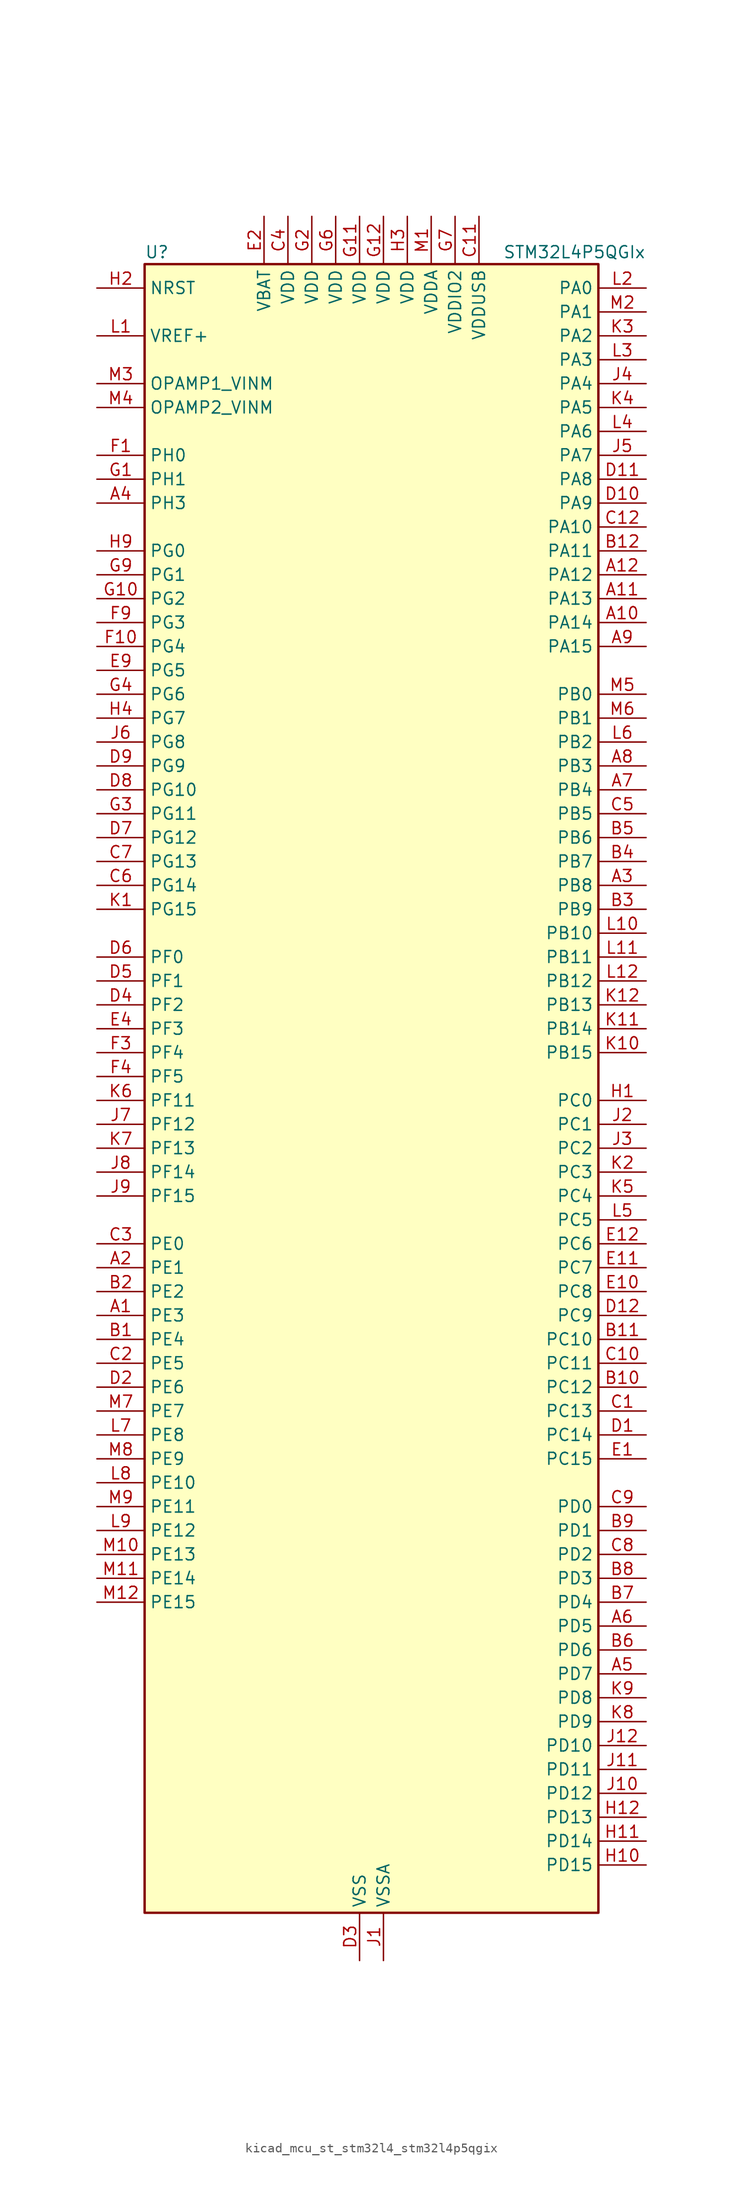
<source format=kicad_sym>
(kicad_symbol_lib
  (version 20220914)
  (generator kicad_symbol_editor)
  (symbol "kicad_mcu_st_stm32l4_stm32l4p5qgix"
    (property "Reference" "U"
      (at -22.86 90.17 0)
      (effects (font (size 1.27 1.27)) (justify left)))
    (property "Value" "STM32L4P5QGIx"
      (at 15.24 90.17 0)
      (effects (font (size 1.27 1.27)) (justify left)))
    (property "ki_locked" ""
      (at 0 0 0)
      (effects (font (size 1.27 1.27))))
    (symbol "kicad_mcu_st_stm32l4_stm32l4p5qgix_0_1"
      (rectangle (start -22.86 -86.36) (end 25.4 88.9) (stroke (width 0.254) (type default)) (fill (type background))))
    (symbol "kicad_mcu_st_stm32l4_stm32l4p5qgix_1_1"
      (pin bidirectional line (at -27.94 -22.86 0) (length 5.08) (name "PE3" (effects (font (size 1.27 1.27)))) (number "A1" (effects (font (size 1.27 1.27)))) (alternate "FMC_A19" bidirectional line) (alternate "LTDC_R6" bidirectional line) (alternate "OCTOSPIM_P1_DQS" bidirectional line) (alternate "SAI1_SD_B" bidirectional line) (alternate "SYS_TRACED0" bidirectional line) (alternate "TIM3_CH1" bidirectional line) (alternate "TSC_G7_IO2" bidirectional line))
      (pin bidirectional line (at 30.48 50.8 180) (length 5.08) (name "PA14" (effects (font (size 1.27 1.27)))) (number "A10" (effects (font (size 1.27 1.27)))) (alternate "I2C1_SMBA" bidirectional line) (alternate "I2C4_SMBA" bidirectional line) (alternate "LPTIM1_OUT" bidirectional line) (alternate "SAI1_FS_B" bidirectional line) (alternate "SYS_JTCK-SWCLK" bidirectional line) (alternate "USB_OTG_FS_SOF" bidirectional line))
      (pin bidirectional line (at 30.48 53.34 180) (length 5.08) (name "PA13" (effects (font (size 1.27 1.27)))) (number "A11" (effects (font (size 1.27 1.27)))) (alternate "IR_OUT" bidirectional line) (alternate "SAI1_SD_B" bidirectional line) (alternate "SYS_JTMS-SWDIO" bidirectional line) (alternate "USB_OTG_FS_NOE" bidirectional line))
      (pin bidirectional line (at 30.48 55.88 180) (length 5.08) (name "PA12" (effects (font (size 1.27 1.27)))) (number "A12" (effects (font (size 1.27 1.27)))) (alternate "CAN1_TX" bidirectional line) (alternate "LTDC_VSYNC" bidirectional line) (alternate "OCTOSPIM_P2_NCS" bidirectional line) (alternate "SPI1_MOSI" bidirectional line) (alternate "TIM1_ETR" bidirectional line) (alternate "USART1_DE" bidirectional line) (alternate "USART1_RTS" bidirectional line) (alternate "USB_OTG_FS_DP" bidirectional line))
      (pin bidirectional line (at -27.94 -17.78 0) (length 5.08) (name "PE1" (effects (font (size 1.27 1.27)))) (number "A2" (effects (font (size 1.27 1.27)))) (alternate "DCMI_D3" bidirectional line) (alternate "FMC_NBL1" bidirectional line) (alternate "LTDC_VSYNC" bidirectional line) (alternate "PSSI_D3" bidirectional line) (alternate "TIM17_CH1" bidirectional line))
      (pin bidirectional line (at 30.48 22.86 180) (length 5.08) (name "PB8" (effects (font (size 1.27 1.27)))) (number "A3" (effects (font (size 1.27 1.27)))) (alternate "CAN1_RX" bidirectional line) (alternate "DCMI_D6" bidirectional line) (alternate "DFSDM1_CKOUT" bidirectional line) (alternate "I2C1_SCL" bidirectional line) (alternate "LTDC_DE" bidirectional line) (alternate "PSSI_D6" bidirectional line) (alternate "SAI1_CK1" bidirectional line) (alternate "SAI1_MCLK_A" bidirectional line) (alternate "SDMMC1_CKIN" bidirectional line) (alternate "SDMMC1_D4" bidirectional line) (alternate "SDMMC2_D4" bidirectional line) (alternate "TIM16_CH1" bidirectional line) (alternate "TIM4_CH3" bidirectional line))
      (pin bidirectional line (at -27.94 63.5 0) (length 5.08) (name "PH3" (effects (font (size 1.27 1.27)))) (number "A4" (effects (font (size 1.27 1.27)))))
      (pin bidirectional line (at 30.48 -60.96 180) (length 5.08) (name "PD7" (effects (font (size 1.27 1.27)))) (number "A5" (effects (font (size 1.27 1.27)))) (alternate "DFSDM1_CKIN1" bidirectional line) (alternate "FMC_NCE" bidirectional line) (alternate "FMC_NE1" bidirectional line) (alternate "OCTOSPIM_P1_IO7" bidirectional line) (alternate "SDMMC2_CMD" bidirectional line) (alternate "USART2_CK" bidirectional line))
      (pin bidirectional line (at 30.48 -55.88 180) (length 5.08) (name "PD5" (effects (font (size 1.27 1.27)))) (number "A6" (effects (font (size 1.27 1.27)))) (alternate "FMC_NWE" bidirectional line) (alternate "OCTOSPIM_P1_IO5" bidirectional line) (alternate "USART2_TX" bidirectional line))
      (pin bidirectional line (at 30.48 33.02 180) (length 5.08) (name "PB4" (effects (font (size 1.27 1.27)))) (number "A7" (effects (font (size 1.27 1.27)))) (alternate "COMP2_INP" bidirectional line) (alternate "DCMI_D12" bidirectional line) (alternate "I2C3_SDA" bidirectional line) (alternate "OCTOSPIM_P1_IO5" bidirectional line) (alternate "PSSI_D12" bidirectional line) (alternate "SAI1_MCLK_B" bidirectional line) (alternate "SDMMC2_D3" bidirectional line) (alternate "SPI1_MISO" bidirectional line) (alternate "SPI3_MISO" bidirectional line) (alternate "SYS_JTRST" bidirectional line) (alternate "TIM17_BKIN" bidirectional line) (alternate "TIM3_CH1" bidirectional line) (alternate "TSC_G2_IO1" bidirectional line) (alternate "UART5_DE" bidirectional line) (alternate "UART5_RTS" bidirectional line) (alternate "USART1_CTS" bidirectional line) (alternate "USART1_NSS" bidirectional line))
      (pin bidirectional line (at 30.48 35.56 180) (length 5.08) (name "PB3" (effects (font (size 1.27 1.27)))) (number "A8" (effects (font (size 1.27 1.27)))) (alternate "COMP2_INM" bidirectional line) (alternate "CRS_SYNC" bidirectional line) (alternate "OCTOSPIM_P1_IO4" bidirectional line) (alternate "SAI1_SCK_B" bidirectional line) (alternate "SDMMC2_D2" bidirectional line) (alternate "SPI1_SCK" bidirectional line) (alternate "SPI3_SCK" bidirectional line) (alternate "SYS_JTDO-SWO" bidirectional line) (alternate "TIM2_CH2" bidirectional line) (alternate "USART1_DE" bidirectional line) (alternate "USART1_RTS" bidirectional line))
      (pin bidirectional line (at 30.48 48.26 180) (length 5.08) (name "PA15" (effects (font (size 1.27 1.27)))) (number "A9" (effects (font (size 1.27 1.27)))) (alternate "ADC1_EXTI15" bidirectional line) (alternate "ADC2_EXTI15" bidirectional line) (alternate "LTDC_HSYNC" bidirectional line) (alternate "SAI2_FS_B" bidirectional line) (alternate "SPI1_NSS" bidirectional line) (alternate "SPI3_NSS" bidirectional line) (alternate "SYS_JTDI" bidirectional line) (alternate "TIM2_CH1" bidirectional line) (alternate "TIM2_ETR" bidirectional line) (alternate "TSC_G3_IO1" bidirectional line) (alternate "UART4_DE" bidirectional line) (alternate "UART4_RTS" bidirectional line) (alternate "USART2_RX" bidirectional line) (alternate "USART3_DE" bidirectional line) (alternate "USART3_RTS" bidirectional line))
      (pin bidirectional line (at -27.94 -25.4 0) (length 5.08) (name "PE4" (effects (font (size 1.27 1.27)))) (number "B1" (effects (font (size 1.27 1.27)))) (alternate "DCMI_D4" bidirectional line) (alternate "DFSDM1_DATIN3" bidirectional line) (alternate "FMC_A20" bidirectional line) (alternate "LTDC_B7" bidirectional line) (alternate "PSSI_D4" bidirectional line) (alternate "SAI1_D2" bidirectional line) (alternate "SAI1_FS_A" bidirectional line) (alternate "SYS_TRACED1" bidirectional line) (alternate "TIM3_CH2" bidirectional line) (alternate "TSC_G7_IO3" bidirectional line))
      (pin bidirectional line (at 30.48 -30.48 180) (length 5.08) (name "PC12" (effects (font (size 1.27 1.27)))) (number "B10" (effects (font (size 1.27 1.27)))) (alternate "DCMI_D9" bidirectional line) (alternate "LTDC_R6" bidirectional line) (alternate "PSSI_D9" bidirectional line) (alternate "SAI2_SD_B" bidirectional line) (alternate "SDMMC1_CK" bidirectional line) (alternate "SPI3_MOSI" bidirectional line) (alternate "SYS_TRACED3" bidirectional line) (alternate "TSC_G3_IO4" bidirectional line) (alternate "UART5_TX" bidirectional line) (alternate "USART3_CK" bidirectional line))
      (pin bidirectional line (at 30.48 -25.4 180) (length 5.08) (name "PC10" (effects (font (size 1.27 1.27)))) (number "B11" (effects (font (size 1.27 1.27)))) (alternate "DCMI_D8" bidirectional line) (alternate "DCMI_VSYNC" bidirectional line) (alternate "PSSI_D8" bidirectional line) (alternate "PSSI_RDY" bidirectional line) (alternate "SAI2_SCK_B" bidirectional line) (alternate "SDMMC1_D2" bidirectional line) (alternate "SPI3_SCK" bidirectional line) (alternate "SYS_TRACED1" bidirectional line) (alternate "TSC_G3_IO2" bidirectional line) (alternate "UART4_TX" bidirectional line) (alternate "USART3_TX" bidirectional line))
      (pin bidirectional line (at 30.48 58.42 180) (length 5.08) (name "PA11" (effects (font (size 1.27 1.27)))) (number "B12" (effects (font (size 1.27 1.27)))) (alternate "ADC1_EXTI11" bidirectional line) (alternate "ADC2_EXTI11" bidirectional line) (alternate "CAN1_RX" bidirectional line) (alternate "LTDC_DE" bidirectional line) (alternate "SPI1_MISO" bidirectional line) (alternate "TIM1_BKIN2" bidirectional line) (alternate "TIM1_CH4" bidirectional line) (alternate "USART1_CTS" bidirectional line) (alternate "USART1_NSS" bidirectional line) (alternate "USB_OTG_FS_DM" bidirectional line))
      (pin bidirectional line (at -27.94 -20.32 0) (length 5.08) (name "PE2" (effects (font (size 1.27 1.27)))) (number "B2" (effects (font (size 1.27 1.27)))) (alternate "FMC_A23" bidirectional line) (alternate "LTDC_R7" bidirectional line) (alternate "SAI1_CK1" bidirectional line) (alternate "SAI1_MCLK_A" bidirectional line) (alternate "SYS_TRACECLK" bidirectional line) (alternate "TIM3_ETR" bidirectional line) (alternate "TSC_G7_IO1" bidirectional line))
      (pin bidirectional line (at 30.48 20.32 180) (length 5.08) (name "PB9" (effects (font (size 1.27 1.27)))) (number "B3" (effects (font (size 1.27 1.27)))) (alternate "CAN1_TX" bidirectional line) (alternate "DAC1_EXTI9" bidirectional line) (alternate "DCMI_D7" bidirectional line) (alternate "I2C1_SDA" bidirectional line) (alternate "IR_OUT" bidirectional line) (alternate "PSSI_D7" bidirectional line) (alternate "SAI1_D2" bidirectional line) (alternate "SAI1_FS_A" bidirectional line) (alternate "SDMMC1_CDIR" bidirectional line) (alternate "SDMMC1_D5" bidirectional line) (alternate "SDMMC2_D5" bidirectional line) (alternate "SPI2_NSS" bidirectional line) (alternate "TIM17_CH1" bidirectional line) (alternate "TIM4_CH4" bidirectional line))
      (pin bidirectional line (at 30.48 25.4 180) (length 5.08) (name "PB7" (effects (font (size 1.27 1.27)))) (number "B4" (effects (font (size 1.27 1.27)))) (alternate "COMP2_INM" bidirectional line) (alternate "DCMI_VSYNC" bidirectional line) (alternate "FMC_NL" bidirectional line) (alternate "I2C1_SDA" bidirectional line) (alternate "I2C4_SDA" bidirectional line) (alternate "LPTIM1_IN2" bidirectional line) (alternate "LTDC_VSYNC" bidirectional line) (alternate "PSSI_RDY" bidirectional line) (alternate "SYS_PVD_IN" bidirectional line) (alternate "TIM17_CH1N" bidirectional line) (alternate "TIM4_CH2" bidirectional line) (alternate "TIM8_BKIN" bidirectional line) (alternate "TSC_G2_IO4" bidirectional line) (alternate "UART4_CTS" bidirectional line) (alternate "USART1_RX" bidirectional line))
      (pin bidirectional line (at 30.48 27.94 180) (length 5.08) (name "PB6" (effects (font (size 1.27 1.27)))) (number "B5" (effects (font (size 1.27 1.27)))) (alternate "COMP2_INP" bidirectional line) (alternate "DCMI_D5" bidirectional line) (alternate "I2C1_SCL" bidirectional line) (alternate "I2C4_SCL" bidirectional line) (alternate "LPTIM1_ETR" bidirectional line) (alternate "LTDC_R6" bidirectional line) (alternate "PSSI_D5" bidirectional line) (alternate "SAI1_FS_B" bidirectional line) (alternate "TIM16_CH1N" bidirectional line) (alternate "TIM4_CH1" bidirectional line) (alternate "TIM8_BKIN2" bidirectional line) (alternate "TSC_G2_IO3" bidirectional line) (alternate "USART1_TX" bidirectional line))
      (pin bidirectional line (at 30.48 -58.42 180) (length 5.08) (name "PD6" (effects (font (size 1.27 1.27)))) (number "B6" (effects (font (size 1.27 1.27)))) (alternate "DCMI_D10" bidirectional line) (alternate "DFSDM1_DATIN1" bidirectional line) (alternate "FMC_NWAIT" bidirectional line) (alternate "LTDC_DE" bidirectional line) (alternate "OCTOSPIM_P1_IO6" bidirectional line) (alternate "PSSI_D10" bidirectional line) (alternate "SAI1_D1" bidirectional line) (alternate "SAI1_SD_A" bidirectional line) (alternate "SDMMC2_CK" bidirectional line) (alternate "SPI3_MOSI" bidirectional line) (alternate "USART2_RX" bidirectional line))
      (pin bidirectional line (at 30.48 -53.34 180) (length 5.08) (name "PD4" (effects (font (size 1.27 1.27)))) (number "B7" (effects (font (size 1.27 1.27)))) (alternate "DFSDM1_CKIN0" bidirectional line) (alternate "FMC_NOE" bidirectional line) (alternate "OCTOSPIM_P1_IO4" bidirectional line) (alternate "SDMMC2_CKIN" bidirectional line) (alternate "SPI2_MOSI" bidirectional line) (alternate "USART2_DE" bidirectional line) (alternate "USART2_RTS" bidirectional line))
      (pin bidirectional line (at 30.48 -50.8 180) (length 5.08) (name "PD3" (effects (font (size 1.27 1.27)))) (number "B8" (effects (font (size 1.27 1.27)))) (alternate "DCMI_D5" bidirectional line) (alternate "DFSDM1_DATIN0" bidirectional line) (alternate "FMC_CLK" bidirectional line) (alternate "LTDC_CLK" bidirectional line) (alternate "OCTOSPIM_P2_NCS" bidirectional line) (alternate "PSSI_D5" bidirectional line) (alternate "SPI2_MISO" bidirectional line) (alternate "SPI2_SCK" bidirectional line) (alternate "USART2_CTS" bidirectional line) (alternate "USART2_NSS" bidirectional line))
      (pin bidirectional line (at 30.48 -45.72 180) (length 5.08) (name "PD1" (effects (font (size 1.27 1.27)))) (number "B9" (effects (font (size 1.27 1.27)))) (alternate "CAN1_TX" bidirectional line) (alternate "FMC_D3" bidirectional line) (alternate "FMC_DA3" bidirectional line) (alternate "LTDC_B5" bidirectional line) (alternate "SPI2_SCK" bidirectional line))
      (pin bidirectional line (at 30.48 -33.02 180) (length 5.08) (name "PC13" (effects (font (size 1.27 1.27)))) (number "C1" (effects (font (size 1.27 1.27)))) (alternate "RTC_OUT1" bidirectional line) (alternate "RTC_TAMP1" bidirectional line) (alternate "RTC_TS" bidirectional line) (alternate "SYS_WKUP2" bidirectional line))
      (pin bidirectional line (at 30.48 -27.94 180) (length 5.08) (name "PC11" (effects (font (size 1.27 1.27)))) (number "C10" (effects (font (size 1.27 1.27)))) (alternate "ADC1_EXTI11" bidirectional line) (alternate "ADC2_EXTI11" bidirectional line) (alternate "DCMI_D2" bidirectional line) (alternate "DCMI_D4" bidirectional line) (alternate "OCTOSPIM_P1_NCS" bidirectional line) (alternate "PSSI_D2" bidirectional line) (alternate "PSSI_D4" bidirectional line) (alternate "SAI2_MCLK_B" bidirectional line) (alternate "SDMMC1_D3" bidirectional line) (alternate "SPI3_MISO" bidirectional line) (alternate "TSC_G3_IO3" bidirectional line) (alternate "UART4_RX" bidirectional line) (alternate "USART3_RX" bidirectional line))
      (pin power_in line (at 12.7 93.98 270) (length 5.08) (name "VDDUSB" (effects (font (size 1.27 1.27)))) (number "C11" (effects (font (size 1.27 1.27)))))
      (pin bidirectional line (at 30.48 60.96 180) (length 5.08) (name "PA10" (effects (font (size 1.27 1.27)))) (number "C12" (effects (font (size 1.27 1.27)))) (alternate "DCMI_D1" bidirectional line) (alternate "LTDC_G6" bidirectional line) (alternate "PSSI_D1" bidirectional line) (alternate "SAI1_D1" bidirectional line) (alternate "SAI1_SD_A" bidirectional line) (alternate "TIM17_BKIN" bidirectional line) (alternate "TIM1_CH3" bidirectional line) (alternate "USART1_RX" bidirectional line) (alternate "USB_OTG_FS_ID" bidirectional line))
      (pin bidirectional line (at -27.94 -27.94 0) (length 5.08) (name "PE5" (effects (font (size 1.27 1.27)))) (number "C2" (effects (font (size 1.27 1.27)))) (alternate "DCMI_D6" bidirectional line) (alternate "DFSDM1_CKIN3" bidirectional line) (alternate "FMC_A21" bidirectional line) (alternate "LTDC_G7" bidirectional line) (alternate "PSSI_D6" bidirectional line) (alternate "SAI1_CK2" bidirectional line) (alternate "SAI1_SCK_A" bidirectional line) (alternate "SYS_TRACED2" bidirectional line) (alternate "TIM3_CH3" bidirectional line) (alternate "TSC_G7_IO4" bidirectional line))
      (pin bidirectional line (at -27.94 -15.24 0) (length 5.08) (name "PE0" (effects (font (size 1.27 1.27)))) (number "C3" (effects (font (size 1.27 1.27)))) (alternate "DCMI_D2" bidirectional line) (alternate "FMC_NBL0" bidirectional line) (alternate "LTDC_HSYNC" bidirectional line) (alternate "PSSI_D2" bidirectional line) (alternate "TIM16_CH1" bidirectional line) (alternate "TIM4_ETR" bidirectional line))
      (pin power_in line (at -7.62 93.98 270) (length 5.08) (name "VDD" (effects (font (size 1.27 1.27)))) (number "C4" (effects (font (size 1.27 1.27)))))
      (pin bidirectional line (at 30.48 30.48 180) (length 5.08) (name "PB5" (effects (font (size 1.27 1.27)))) (number "C5" (effects (font (size 1.27 1.27)))) (alternate "COMP2_OUT" bidirectional line) (alternate "DCMI_D10" bidirectional line) (alternate "I2C1_SMBA" bidirectional line) (alternate "LPTIM1_IN1" bidirectional line) (alternate "OCTOSPIM_P1_IO0" bidirectional line) (alternate "PSSI_D10" bidirectional line) (alternate "SAI1_SD_B" bidirectional line) (alternate "SPI1_MOSI" bidirectional line) (alternate "SPI3_MOSI" bidirectional line) (alternate "TIM16_BKIN" bidirectional line) (alternate "TIM3_CH2" bidirectional line) (alternate "TSC_G2_IO2" bidirectional line) (alternate "UART5_CTS" bidirectional line) (alternate "USART1_CK" bidirectional line))
      (pin bidirectional line (at -27.94 22.86 0) (length 5.08) (name "PG14" (effects (font (size 1.27 1.27)))) (number "C6" (effects (font (size 1.27 1.27)))) (alternate "FMC_A25" bidirectional line) (alternate "I2C1_SCL" bidirectional line) (alternate "LTDC_R1" bidirectional line))
      (pin bidirectional line (at -27.94 25.4 0) (length 5.08) (name "PG13" (effects (font (size 1.27 1.27)))) (number "C7" (effects (font (size 1.27 1.27)))) (alternate "FMC_A24" bidirectional line) (alternate "I2C1_SDA" bidirectional line) (alternate "LTDC_R0" bidirectional line) (alternate "USART1_CK" bidirectional line))
      (pin bidirectional line (at 30.48 -48.26 180) (length 5.08) (name "PD2" (effects (font (size 1.27 1.27)))) (number "C8" (effects (font (size 1.27 1.27)))) (alternate "DCMI_D11" bidirectional line) (alternate "PSSI_D11" bidirectional line) (alternate "SDMMC1_CMD" bidirectional line) (alternate "SYS_TRACED2" bidirectional line) (alternate "TIM3_ETR" bidirectional line) (alternate "TSC_SYNC" bidirectional line) (alternate "UART5_RX" bidirectional line) (alternate "USART3_DE" bidirectional line) (alternate "USART3_RTS" bidirectional line))
      (pin bidirectional line (at 30.48 -43.18 180) (length 5.08) (name "PD0" (effects (font (size 1.27 1.27)))) (number "C9" (effects (font (size 1.27 1.27)))) (alternate "CAN1_RX" bidirectional line) (alternate "FMC_D2" bidirectional line) (alternate "FMC_DA2" bidirectional line) (alternate "LTDC_B4" bidirectional line) (alternate "SPI2_NSS" bidirectional line))
      (pin bidirectional line (at 30.48 -35.56 180) (length 5.08) (name "PC14" (effects (font (size 1.27 1.27)))) (number "D1" (effects (font (size 1.27 1.27)))) (alternate "RCC_OSC32_IN" bidirectional line))
      (pin bidirectional line (at 30.48 63.5 180) (length 5.08) (name "PA9" (effects (font (size 1.27 1.27)))) (number "D10" (effects (font (size 1.27 1.27)))) (alternate "DAC1_EXTI9" bidirectional line) (alternate "DCMI_D0" bidirectional line) (alternate "LTDC_G7" bidirectional line) (alternate "PSSI_D0" bidirectional line) (alternate "SAI1_FS_A" bidirectional line) (alternate "SPI2_SCK" bidirectional line) (alternate "TIM15_BKIN" bidirectional line) (alternate "TIM1_CH2" bidirectional line) (alternate "USART1_TX" bidirectional line) (alternate "USB_OTG_FS_VBUS" bidirectional line))
      (pin bidirectional line (at 30.48 66.04 180) (length 5.08) (name "PA8" (effects (font (size 1.27 1.27)))) (number "D11" (effects (font (size 1.27 1.27)))) (alternate "LPTIM2_OUT" bidirectional line) (alternate "LTDC_B7" bidirectional line) (alternate "RCC_MCO" bidirectional line) (alternate "SAI1_CK2" bidirectional line) (alternate "SAI1_SCK_A" bidirectional line) (alternate "TIM1_CH1" bidirectional line) (alternate "USART1_CK" bidirectional line) (alternate "USB_OTG_FS_SOF" bidirectional line))
      (pin bidirectional line (at 30.48 -22.86 180) (length 5.08) (name "PC9" (effects (font (size 1.27 1.27)))) (number "D12" (effects (font (size 1.27 1.27)))) (alternate "DAC1_EXTI9" bidirectional line) (alternate "DCMI_D3" bidirectional line) (alternate "I2C3_SDA" bidirectional line) (alternate "PSSI_D3" bidirectional line) (alternate "SAI2_EXTCLK" bidirectional line) (alternate "SDMMC1_D1" bidirectional line) (alternate "SYS_TRACED0" bidirectional line) (alternate "TIM3_CH4" bidirectional line) (alternate "TIM8_BKIN2" bidirectional line) (alternate "TIM8_CH4" bidirectional line) (alternate "TSC_G4_IO4" bidirectional line) (alternate "USB_OTG_FS_NOE" bidirectional line))
      (pin bidirectional line (at -27.94 -30.48 0) (length 5.08) (name "PE6" (effects (font (size 1.27 1.27)))) (number "D2" (effects (font (size 1.27 1.27)))) (alternate "DCMI_D7" bidirectional line) (alternate "FMC_A22" bidirectional line) (alternate "LTDC_G6" bidirectional line) (alternate "PSSI_D7" bidirectional line) (alternate "RTC_TAMP3" bidirectional line) (alternate "SAI1_D1" bidirectional line) (alternate "SAI1_SD_A" bidirectional line) (alternate "SYS_TRACED3" bidirectional line) (alternate "SYS_WKUP3" bidirectional line) (alternate "TIM3_CH4" bidirectional line))
      (pin power_in line (at 0 -91.44 90) (length 5.08) (name "VSS" (effects (font (size 1.27 1.27)))) (number "D3" (effects (font (size 1.27 1.27)))))
      (pin bidirectional line (at -27.94 10.16 0) (length 5.08) (name "PF2" (effects (font (size 1.27 1.27)))) (number "D4" (effects (font (size 1.27 1.27)))) (alternate "FMC_A2" bidirectional line) (alternate "I2C2_SMBA" bidirectional line) (alternate "OCTOSPIM_P2_IO2" bidirectional line))
      (pin bidirectional line (at -27.94 12.7 0) (length 5.08) (name "PF1" (effects (font (size 1.27 1.27)))) (number "D5" (effects (font (size 1.27 1.27)))) (alternate "FMC_A1" bidirectional line) (alternate "I2C2_SCL" bidirectional line) (alternate "OCTOSPIM_P2_IO1" bidirectional line))
      (pin bidirectional line (at -27.94 15.24 0) (length 5.08) (name "PF0" (effects (font (size 1.27 1.27)))) (number "D6" (effects (font (size 1.27 1.27)))) (alternate "FMC_A0" bidirectional line) (alternate "I2C2_SDA" bidirectional line) (alternate "OCTOSPIM_P2_IO0" bidirectional line))
      (pin bidirectional line (at -27.94 27.94 0) (length 5.08) (name "PG12" (effects (font (size 1.27 1.27)))) (number "D7" (effects (font (size 1.27 1.27)))) (alternate "FMC_NE4" bidirectional line) (alternate "LPTIM1_ETR" bidirectional line) (alternate "OCTOSPIM_P2_NCS" bidirectional line) (alternate "SAI2_SD_A" bidirectional line) (alternate "SDMMC2_D3" bidirectional line) (alternate "SPI3_NSS" bidirectional line) (alternate "USART1_DE" bidirectional line) (alternate "USART1_RTS" bidirectional line))
      (pin bidirectional line (at -27.94 33.02 0) (length 5.08) (name "PG10" (effects (font (size 1.27 1.27)))) (number "D8" (effects (font (size 1.27 1.27)))) (alternate "FMC_NE3" bidirectional line) (alternate "LPTIM1_IN1" bidirectional line) (alternate "OCTOSPIM_P2_IO7" bidirectional line) (alternate "SAI2_FS_A" bidirectional line) (alternate "SDMMC2_D1" bidirectional line) (alternate "SPI3_MISO" bidirectional line) (alternate "TIM15_CH1" bidirectional line) (alternate "USART1_RX" bidirectional line))
      (pin bidirectional line (at -27.94 35.56 0) (length 5.08) (name "PG9" (effects (font (size 1.27 1.27)))) (number "D9" (effects (font (size 1.27 1.27)))) (alternate "DAC1_EXTI9" bidirectional line) (alternate "FMC_NCE" bidirectional line) (alternate "FMC_NE2" bidirectional line) (alternate "OCTOSPIM_P2_IO6" bidirectional line) (alternate "SAI2_SCK_A" bidirectional line) (alternate "SDMMC2_D0" bidirectional line) (alternate "SPI3_SCK" bidirectional line) (alternate "TIM15_CH1N" bidirectional line) (alternate "USART1_TX" bidirectional line))
      (pin bidirectional line (at 30.48 -38.1 180) (length 5.08) (name "PC15" (effects (font (size 1.27 1.27)))) (number "E1" (effects (font (size 1.27 1.27)))) (alternate "ADC1_EXTI15" bidirectional line) (alternate "ADC2_EXTI15" bidirectional line) (alternate "RCC_OSC32_OUT" bidirectional line))
      (pin bidirectional line (at 30.48 -20.32 180) (length 5.08) (name "PC8" (effects (font (size 1.27 1.27)))) (number "E10" (effects (font (size 1.27 1.27)))) (alternate "DCMI_D2" bidirectional line) (alternate "PSSI_D2" bidirectional line) (alternate "SDMMC1_D0" bidirectional line) (alternate "TIM3_CH3" bidirectional line) (alternate "TIM8_CH3" bidirectional line) (alternate "TSC_G4_IO3" bidirectional line))
      (pin bidirectional line (at 30.48 -17.78 180) (length 5.08) (name "PC7" (effects (font (size 1.27 1.27)))) (number "E11" (effects (font (size 1.27 1.27)))) (alternate "DCMI_D1" bidirectional line) (alternate "DFSDM1_DATIN3" bidirectional line) (alternate "LTDC_B6" bidirectional line) (alternate "PSSI_D1" bidirectional line) (alternate "SAI2_MCLK_B" bidirectional line) (alternate "SDMMC1_D123DIR" bidirectional line) (alternate "SDMMC1_D7" bidirectional line) (alternate "SDMMC2_D7" bidirectional line) (alternate "TIM3_CH2" bidirectional line) (alternate "TIM8_CH2" bidirectional line) (alternate "TSC_G4_IO2" bidirectional line))
      (pin bidirectional line (at 30.48 -15.24 180) (length 5.08) (name "PC6" (effects (font (size 1.27 1.27)))) (number "E12" (effects (font (size 1.27 1.27)))) (alternate "DCMI_D0" bidirectional line) (alternate "DFSDM1_CKIN3" bidirectional line) (alternate "LTDC_G7" bidirectional line) (alternate "PSSI_D0" bidirectional line) (alternate "SAI2_MCLK_A" bidirectional line) (alternate "SDMMC1_D0DIR" bidirectional line) (alternate "SDMMC1_D6" bidirectional line) (alternate "SDMMC2_D6" bidirectional line) (alternate "TIM3_CH1" bidirectional line) (alternate "TIM8_CH1" bidirectional line) (alternate "TSC_G4_IO1" bidirectional line))
      (pin power_in line (at -10.16 93.98 270) (length 5.08) (name "VBAT" (effects (font (size 1.27 1.27)))) (number "E2" (effects (font (size 1.27 1.27)))))
      (pin passive line (at 0 -91.44 90) (length 5.08) hide (name "VSS" (effects (font (size 1.27 1.27)))) (number "E3" (effects (font (size 1.27 1.27)))))
      (pin bidirectional line (at -27.94 7.62 0) (length 5.08) (name "PF3" (effects (font (size 1.27 1.27)))) (number "E4" (effects (font (size 1.27 1.27)))) (alternate "FMC_A3" bidirectional line) (alternate "OCTOSPIM_P2_IO3" bidirectional line))
      (pin bidirectional line (at -27.94 45.72 0) (length 5.08) (name "PG5" (effects (font (size 1.27 1.27)))) (number "E9" (effects (font (size 1.27 1.27)))) (alternate "FMC_A15" bidirectional line) (alternate "LPUART1_CTS" bidirectional line) (alternate "SAI2_SD_B" bidirectional line) (alternate "SDMMC2_D7" bidirectional line) (alternate "SPI1_NSS" bidirectional line))
      (pin bidirectional line (at -27.94 68.58 0) (length 5.08) (name "PH0" (effects (font (size 1.27 1.27)))) (number "F1" (effects (font (size 1.27 1.27)))) (alternate "RCC_OSC_IN" bidirectional line))
      (pin bidirectional line (at -27.94 48.26 0) (length 5.08) (name "PG4" (effects (font (size 1.27 1.27)))) (number "F10" (effects (font (size 1.27 1.27)))) (alternate "FMC_A14" bidirectional line) (alternate "SAI2_MCLK_B" bidirectional line) (alternate "SDMMC2_D6" bidirectional line) (alternate "SPI1_MOSI" bidirectional line))
      (pin passive line (at 0 -91.44 90) (length 5.08) hide (name "VSS" (effects (font (size 1.27 1.27)))) (number "F11" (effects (font (size 1.27 1.27)))))
      (pin passive line (at 0 -91.44 90) (length 5.08) hide (name "VSS" (effects (font (size 1.27 1.27)))) (number "F12" (effects (font (size 1.27 1.27)))))
      (pin passive line (at 0 -91.44 90) (length 5.08) hide (name "VSS" (effects (font (size 1.27 1.27)))) (number "F2" (effects (font (size 1.27 1.27)))))
      (pin bidirectional line (at -27.94 5.08 0) (length 5.08) (name "PF4" (effects (font (size 1.27 1.27)))) (number "F3" (effects (font (size 1.27 1.27)))) (alternate "FMC_A4" bidirectional line) (alternate "OCTOSPIM_P2_CLK" bidirectional line))
      (pin bidirectional line (at -27.94 2.54 0) (length 5.08) (name "PF5" (effects (font (size 1.27 1.27)))) (number "F4" (effects (font (size 1.27 1.27)))) (alternate "FMC_A5" bidirectional line) (alternate "OCTOSPIM_P2_NCLK" bidirectional line))
      (pin passive line (at 0 -91.44 90) (length 5.08) hide (name "VSS" (effects (font (size 1.27 1.27)))) (number "F6" (effects (font (size 1.27 1.27)))))
      (pin passive line (at 0 -91.44 90) (length 5.08) hide (name "VSS" (effects (font (size 1.27 1.27)))) (number "F7" (effects (font (size 1.27 1.27)))))
      (pin bidirectional line (at -27.94 50.8 0) (length 5.08) (name "PG3" (effects (font (size 1.27 1.27)))) (number "F9" (effects (font (size 1.27 1.27)))) (alternate "FMC_A13" bidirectional line) (alternate "SAI2_FS_B" bidirectional line) (alternate "SDMMC2_D5" bidirectional line) (alternate "SPI1_MISO" bidirectional line))
      (pin bidirectional line (at -27.94 66.04 0) (length 5.08) (name "PH1" (effects (font (size 1.27 1.27)))) (number "G1" (effects (font (size 1.27 1.27)))) (alternate "RCC_OSC_OUT" bidirectional line))
      (pin bidirectional line (at -27.94 53.34 0) (length 5.08) (name "PG2" (effects (font (size 1.27 1.27)))) (number "G10" (effects (font (size 1.27 1.27)))) (alternate "FMC_A12" bidirectional line) (alternate "SAI2_SCK_B" bidirectional line) (alternate "SDMMC2_D4" bidirectional line) (alternate "SPI1_SCK" bidirectional line))
      (pin power_in line (at 0 93.98 270) (length 5.08) (name "VDD" (effects (font (size 1.27 1.27)))) (number "G11" (effects (font (size 1.27 1.27)))))
      (pin power_in line (at 2.54 93.98 270) (length 5.08) (name "VDD" (effects (font (size 1.27 1.27)))) (number "G12" (effects (font (size 1.27 1.27)))))
      (pin power_in line (at -5.08 93.98 270) (length 5.08) (name "VDD" (effects (font (size 1.27 1.27)))) (number "G2" (effects (font (size 1.27 1.27)))))
      (pin bidirectional line (at -27.94 30.48 0) (length 5.08) (name "PG11" (effects (font (size 1.27 1.27)))) (number "G3" (effects (font (size 1.27 1.27)))) (alternate "ADC1_EXTI11" bidirectional line) (alternate "ADC2_EXTI11" bidirectional line) (alternate "LPTIM1_IN2" bidirectional line) (alternate "OCTOSPIM_P1_IO5" bidirectional line) (alternate "SAI2_MCLK_A" bidirectional line) (alternate "SDMMC2_D2" bidirectional line) (alternate "SPI3_MOSI" bidirectional line) (alternate "TIM15_CH2" bidirectional line) (alternate "USART1_CTS" bidirectional line) (alternate "USART1_NSS" bidirectional line))
      (pin bidirectional line (at -27.94 43.18 0) (length 5.08) (name "PG6" (effects (font (size 1.27 1.27)))) (number "G4" (effects (font (size 1.27 1.27)))) (alternate "I2C3_SMBA" bidirectional line) (alternate "LPUART1_DE" bidirectional line) (alternate "LPUART1_RTS" bidirectional line) (alternate "LTDC_R1" bidirectional line) (alternate "OCTOSPIM_P1_DQS" bidirectional line))
      (pin power_in line (at -2.54 93.98 270) (length 5.08) (name "VDD" (effects (font (size 1.27 1.27)))) (number "G6" (effects (font (size 1.27 1.27)))))
      (pin power_in line (at 10.16 93.98 270) (length 5.08) (name "VDDIO2" (effects (font (size 1.27 1.27)))) (number "G7" (effects (font (size 1.27 1.27)))))
      (pin bidirectional line (at -27.94 55.88 0) (length 5.08) (name "PG1" (effects (font (size 1.27 1.27)))) (number "G9" (effects (font (size 1.27 1.27)))) (alternate "FMC_A11" bidirectional line) (alternate "OCTOSPIM_P2_IO5" bidirectional line) (alternate "TSC_G8_IO4" bidirectional line))
      (pin bidirectional line (at 30.48 0 180) (length 5.08) (name "PC0" (effects (font (size 1.27 1.27)))) (number "H1" (effects (font (size 1.27 1.27)))) (alternate "ADC1_IN1" bidirectional line) (alternate "ADC2_IN1" bidirectional line) (alternate "I2C3_SCL" bidirectional line) (alternate "LPTIM1_IN1" bidirectional line) (alternate "LPTIM2_IN1" bidirectional line) (alternate "LPUART1_RX" bidirectional line) (alternate "LTDC_DE" bidirectional line) (alternate "SAI2_FS_A" bidirectional line) (alternate "SDMMC1_CMD" bidirectional line) (alternate "SDMMC2_CKIN" bidirectional line))
      (pin bidirectional line (at 30.48 -81.28 180) (length 5.08) (name "PD15" (effects (font (size 1.27 1.27)))) (number "H10" (effects (font (size 1.27 1.27)))) (alternate "ADC1_EXTI15" bidirectional line) (alternate "ADC2_EXTI15" bidirectional line) (alternate "FMC_D1" bidirectional line) (alternate "FMC_DA1" bidirectional line) (alternate "LTDC_B3" bidirectional line) (alternate "TIM4_CH4" bidirectional line))
      (pin bidirectional line (at 30.48 -78.74 180) (length 5.08) (name "PD14" (effects (font (size 1.27 1.27)))) (number "H11" (effects (font (size 1.27 1.27)))) (alternate "FMC_D0" bidirectional line) (alternate "FMC_DA0" bidirectional line) (alternate "LTDC_B2" bidirectional line) (alternate "TIM4_CH3" bidirectional line))
      (pin bidirectional line (at 30.48 -76.2 180) (length 5.08) (name "PD13" (effects (font (size 1.27 1.27)))) (number "H12" (effects (font (size 1.27 1.27)))) (alternate "FMC_A18" bidirectional line) (alternate "I2C4_SDA" bidirectional line) (alternate "LPTIM2_OUT" bidirectional line) (alternate "TIM4_CH2" bidirectional line) (alternate "TSC_G6_IO4" bidirectional line))
      (pin input line (at -27.94 86.36 0) (length 5.08) (name "NRST" (effects (font (size 1.27 1.27)))) (number "H2" (effects (font (size 1.27 1.27)))))
      (pin power_in line (at 5.08 93.98 270) (length 5.08) (name "VDD" (effects (font (size 1.27 1.27)))) (number "H3" (effects (font (size 1.27 1.27)))))
      (pin bidirectional line (at -27.94 40.64 0) (length 5.08) (name "PG7" (effects (font (size 1.27 1.27)))) (number "H4" (effects (font (size 1.27 1.27)))) (alternate "DFSDM1_CKOUT" bidirectional line) (alternate "FMC_INT" bidirectional line) (alternate "I2C3_SCL" bidirectional line) (alternate "LPUART1_TX" bidirectional line) (alternate "OCTOSPIM_P2_DQS" bidirectional line) (alternate "SAI1_CK1" bidirectional line) (alternate "SAI1_MCLK_A" bidirectional line))
      (pin bidirectional line (at -27.94 58.42 0) (length 5.08) (name "PG0" (effects (font (size 1.27 1.27)))) (number "H9" (effects (font (size 1.27 1.27)))) (alternate "FMC_A10" bidirectional line) (alternate "OCTOSPIM_P2_IO4" bidirectional line) (alternate "TSC_G8_IO3" bidirectional line))
      (pin power_in line (at 2.54 -91.44 90) (length 5.08) (name "VSSA" (effects (font (size 1.27 1.27)))) (number "J1" (effects (font (size 1.27 1.27)))))
      (pin bidirectional line (at 30.48 -73.66 180) (length 5.08) (name "PD12" (effects (font (size 1.27 1.27)))) (number "J10" (effects (font (size 1.27 1.27)))) (alternate "FMC_A17" bidirectional line) (alternate "FMC_ALE" bidirectional line) (alternate "I2C4_SCL" bidirectional line) (alternate "LPTIM2_IN1" bidirectional line) (alternate "LTDC_R7" bidirectional line) (alternate "SAI2_FS_A" bidirectional line) (alternate "TIM4_CH1" bidirectional line) (alternate "TSC_G6_IO3" bidirectional line) (alternate "USART3_DE" bidirectional line) (alternate "USART3_RTS" bidirectional line))
      (pin bidirectional line (at 30.48 -71.12 180) (length 5.08) (name "PD11" (effects (font (size 1.27 1.27)))) (number "J11" (effects (font (size 1.27 1.27)))) (alternate "ADC1_EXTI11" bidirectional line) (alternate "ADC2_EXTI11" bidirectional line) (alternate "FMC_A16" bidirectional line) (alternate "FMC_CLE" bidirectional line) (alternate "I2C4_SMBA" bidirectional line) (alternate "LPTIM2_ETR" bidirectional line) (alternate "LTDC_R6" bidirectional line) (alternate "SAI2_SD_A" bidirectional line) (alternate "TSC_G6_IO2" bidirectional line) (alternate "USART3_CTS" bidirectional line) (alternate "USART3_NSS" bidirectional line))
      (pin bidirectional line (at 30.48 -68.58 180) (length 5.08) (name "PD10" (effects (font (size 1.27 1.27)))) (number "J12" (effects (font (size 1.27 1.27)))) (alternate "FMC_D15" bidirectional line) (alternate "FMC_DA15" bidirectional line) (alternate "LTDC_R5" bidirectional line) (alternate "SAI2_SCK_A" bidirectional line) (alternate "TSC_G6_IO1" bidirectional line) (alternate "USART3_CK" bidirectional line))
      (pin bidirectional line (at 30.48 -2.54 180) (length 5.08) (name "PC1" (effects (font (size 1.27 1.27)))) (number "J2" (effects (font (size 1.27 1.27)))) (alternate "ADC1_IN2" bidirectional line) (alternate "ADC2_IN2" bidirectional line) (alternate "I2C3_SDA" bidirectional line) (alternate "LPTIM1_OUT" bidirectional line) (alternate "LPUART1_TX" bidirectional line) (alternate "OCTOSPIM_P1_IO4" bidirectional line) (alternate "SAI1_SD_A" bidirectional line) (alternate "SPI2_MOSI" bidirectional line) (alternate "SYS_TRACED0" bidirectional line))
      (pin bidirectional line (at 30.48 -5.08 180) (length 5.08) (name "PC2" (effects (font (size 1.27 1.27)))) (number "J3" (effects (font (size 1.27 1.27)))) (alternate "ADC1_IN3" bidirectional line) (alternate "ADC2_IN3" bidirectional line) (alternate "DFSDM1_CKOUT" bidirectional line) (alternate "LPTIM1_IN2" bidirectional line) (alternate "LTDC_HSYNC" bidirectional line) (alternate "OCTOSPIM_P1_IO5" bidirectional line) (alternate "SPI2_MISO" bidirectional line))
      (pin bidirectional line (at 30.48 76.2 180) (length 5.08) (name "PA4" (effects (font (size 1.27 1.27)))) (number "J4" (effects (font (size 1.27 1.27)))) (alternate "ADC1_IN9" bidirectional line) (alternate "ADC2_IN9" bidirectional line) (alternate "DAC1_OUT1" bidirectional line) (alternate "DCMI_HSYNC" bidirectional line) (alternate "LPTIM2_OUT" bidirectional line) (alternate "LTDC_CLK" bidirectional line) (alternate "OCTOSPIM_P1_NCS" bidirectional line) (alternate "PSSI_DE" bidirectional line) (alternate "SAI1_FS_B" bidirectional line) (alternate "SPI1_NSS" bidirectional line) (alternate "SPI3_NSS" bidirectional line) (alternate "USART2_CK" bidirectional line))
      (pin bidirectional line (at 30.48 68.58 180) (length 5.08) (name "PA7" (effects (font (size 1.27 1.27)))) (number "J5" (effects (font (size 1.27 1.27)))) (alternate "ADC1_IN12" bidirectional line) (alternate "ADC2_IN12" bidirectional line) (alternate "I2C3_SCL" bidirectional line) (alternate "OCTOSPIM_P1_IO2" bidirectional line) (alternate "OPAMP2_VINM" bidirectional line) (alternate "SPI1_MOSI" bidirectional line) (alternate "TIM17_CH1" bidirectional line) (alternate "TIM1_CH1N" bidirectional line) (alternate "TIM3_CH2" bidirectional line) (alternate "TIM8_CH1N" bidirectional line))
      (pin bidirectional line (at -27.94 38.1 0) (length 5.08) (name "PG8" (effects (font (size 1.27 1.27)))) (number "J6" (effects (font (size 1.27 1.27)))) (alternate "I2C3_SDA" bidirectional line) (alternate "LPUART1_RX" bidirectional line))
      (pin bidirectional line (at -27.94 -2.54 0) (length 5.08) (name "PF12" (effects (font (size 1.27 1.27)))) (number "J7" (effects (font (size 1.27 1.27)))) (alternate "FMC_A6" bidirectional line) (alternate "LTDC_B0" bidirectional line) (alternate "OCTOSPIM_P2_DQS" bidirectional line))
      (pin bidirectional line (at -27.94 -7.62 0) (length 5.08) (name "PF14" (effects (font (size 1.27 1.27)))) (number "J8" (effects (font (size 1.27 1.27)))) (alternate "FMC_A8" bidirectional line) (alternate "I2C4_SCL" bidirectional line) (alternate "LTDC_G0" bidirectional line) (alternate "TSC_G8_IO1" bidirectional line))
      (pin bidirectional line (at -27.94 -10.16 0) (length 5.08) (name "PF15" (effects (font (size 1.27 1.27)))) (number "J9" (effects (font (size 1.27 1.27)))) (alternate "ADC1_EXTI15" bidirectional line) (alternate "ADC2_EXTI15" bidirectional line) (alternate "FMC_A9" bidirectional line) (alternate "I2C4_SDA" bidirectional line) (alternate "LTDC_G1" bidirectional line) (alternate "TSC_G8_IO2" bidirectional line))
      (pin bidirectional line (at -27.94 20.32 0) (length 5.08) (name "PG15" (effects (font (size 1.27 1.27)))) (number "K1" (effects (font (size 1.27 1.27)))) (alternate "ADC1_EXTI15" bidirectional line) (alternate "ADC2_EXTI15" bidirectional line) (alternate "DCMI_D13" bidirectional line) (alternate "I2C1_SMBA" bidirectional line) (alternate "LPTIM1_OUT" bidirectional line) (alternate "OCTOSPIM_P2_DQS" bidirectional line) (alternate "PSSI_D13" bidirectional line))
      (pin bidirectional line (at 30.48 5.08 180) (length 5.08) (name "PB15" (effects (font (size 1.27 1.27)))) (number "K10" (effects (font (size 1.27 1.27)))) (alternate "ADC1_EXTI15" bidirectional line) (alternate "ADC2_EXTI15" bidirectional line) (alternate "DFSDM1_CKIN2" bidirectional line) (alternate "OCTOSPIM_P1_IO7" bidirectional line) (alternate "RTC_REFIN" bidirectional line) (alternate "SAI2_SD_A" bidirectional line) (alternate "SDMMC2_D1" bidirectional line) (alternate "SPI2_MOSI" bidirectional line) (alternate "TIM15_CH2" bidirectional line) (alternate "TIM1_CH3N" bidirectional line) (alternate "TIM8_CH3N" bidirectional line) (alternate "TSC_G1_IO4" bidirectional line))
      (pin bidirectional line (at 30.48 7.62 180) (length 5.08) (name "PB14" (effects (font (size 1.27 1.27)))) (number "K11" (effects (font (size 1.27 1.27)))) (alternate "DFSDM1_DATIN2" bidirectional line) (alternate "I2C2_SDA" bidirectional line) (alternate "OCTOSPIM_P1_IO6" bidirectional line) (alternate "SAI2_MCLK_A" bidirectional line) (alternate "SDMMC2_D0" bidirectional line) (alternate "SPI2_MISO" bidirectional line) (alternate "TIM15_CH1" bidirectional line) (alternate "TIM1_CH2N" bidirectional line) (alternate "TIM8_CH2N" bidirectional line) (alternate "TSC_G1_IO3" bidirectional line) (alternate "USART3_DE" bidirectional line) (alternate "USART3_RTS" bidirectional line))
      (pin bidirectional line (at 30.48 10.16 180) (length 5.08) (name "PB13" (effects (font (size 1.27 1.27)))) (number "K12" (effects (font (size 1.27 1.27)))) (alternate "DFSDM1_CKIN1" bidirectional line) (alternate "I2C2_SCL" bidirectional line) (alternate "LPUART1_CTS" bidirectional line) (alternate "OCTOSPIM_P1_IO1" bidirectional line) (alternate "SAI2_SCK_A" bidirectional line) (alternate "SPI2_SCK" bidirectional line) (alternate "TIM15_CH1N" bidirectional line) (alternate "TIM1_CH1N" bidirectional line) (alternate "TSC_G1_IO2" bidirectional line) (alternate "USART3_CTS" bidirectional line) (alternate "USART3_NSS" bidirectional line))
      (pin bidirectional line (at 30.48 -7.62 180) (length 5.08) (name "PC3" (effects (font (size 1.27 1.27)))) (number "K2" (effects (font (size 1.27 1.27)))) (alternate "ADC1_IN4" bidirectional line) (alternate "ADC2_IN4" bidirectional line) (alternate "LPTIM1_ETR" bidirectional line) (alternate "LPTIM2_ETR" bidirectional line) (alternate "OCTOSPIM_P1_IO6" bidirectional line) (alternate "SAI1_D1" bidirectional line) (alternate "SAI1_SD_A" bidirectional line) (alternate "SPI2_MOSI" bidirectional line))
      (pin bidirectional line (at 30.48 81.28 180) (length 5.08) (name "PA2" (effects (font (size 1.27 1.27)))) (number "K3" (effects (font (size 1.27 1.27)))) (alternate "ADC1_IN7" bidirectional line) (alternate "ADC2_IN7" bidirectional line) (alternate "LPUART1_TX" bidirectional line) (alternate "OCTOSPIM_P1_NCS" bidirectional line) (alternate "RCC_LSCO" bidirectional line) (alternate "SAI2_EXTCLK" bidirectional line) (alternate "SYS_WKUP4" bidirectional line) (alternate "TIM15_CH1" bidirectional line) (alternate "TIM2_CH3" bidirectional line) (alternate "TIM5_CH3" bidirectional line) (alternate "USART2_TX" bidirectional line))
      (pin bidirectional line (at 30.48 73.66 180) (length 5.08) (name "PA5" (effects (font (size 1.27 1.27)))) (number "K4" (effects (font (size 1.27 1.27)))) (alternate "ADC1_IN10" bidirectional line) (alternate "ADC2_IN10" bidirectional line) (alternate "DAC1_OUT2" bidirectional line) (alternate "LPTIM2_ETR" bidirectional line) (alternate "LTDC_R7" bidirectional line) (alternate "PSSI_D14" bidirectional line) (alternate "SPI1_SCK" bidirectional line) (alternate "TIM2_CH1" bidirectional line) (alternate "TIM2_ETR" bidirectional line) (alternate "TIM8_CH1N" bidirectional line))
      (pin bidirectional line (at 30.48 -10.16 180) (length 5.08) (name "PC4" (effects (font (size 1.27 1.27)))) (number "K5" (effects (font (size 1.27 1.27)))) (alternate "ADC1_IN13" bidirectional line) (alternate "ADC2_IN13" bidirectional line) (alternate "COMP1_INM" bidirectional line) (alternate "OCTOSPIM_P1_IO7" bidirectional line) (alternate "OCTOSPIM_P2_NCS" bidirectional line) (alternate "USART3_TX" bidirectional line))
      (pin bidirectional line (at -27.94 0 0) (length 5.08) (name "PF11" (effects (font (size 1.27 1.27)))) (number "K6" (effects (font (size 1.27 1.27)))) (alternate "ADC1_EXTI11" bidirectional line) (alternate "ADC2_EXTI11" bidirectional line) (alternate "DCMI_D12" bidirectional line) (alternate "LTDC_DE" bidirectional line) (alternate "OCTOSPIM_P1_NCLK" bidirectional line) (alternate "PSSI_D12" bidirectional line))
      (pin bidirectional line (at -27.94 -5.08 0) (length 5.08) (name "PF13" (effects (font (size 1.27 1.27)))) (number "K7" (effects (font (size 1.27 1.27)))) (alternate "FMC_A7" bidirectional line) (alternate "I2C4_SMBA" bidirectional line) (alternate "LTDC_B1" bidirectional line))
      (pin bidirectional line (at 30.48 -66.04 180) (length 5.08) (name "PD9" (effects (font (size 1.27 1.27)))) (number "K8" (effects (font (size 1.27 1.27)))) (alternate "DAC1_EXTI9" bidirectional line) (alternate "DCMI_PIXCLK" bidirectional line) (alternate "FMC_D14" bidirectional line) (alternate "FMC_DA14" bidirectional line) (alternate "LTDC_R4" bidirectional line) (alternate "PSSI_PDCK" bidirectional line) (alternate "SAI2_MCLK_A" bidirectional line) (alternate "USART3_RX" bidirectional line))
      (pin bidirectional line (at 30.48 -63.5 180) (length 5.08) (name "PD8" (effects (font (size 1.27 1.27)))) (number "K9" (effects (font (size 1.27 1.27)))) (alternate "DCMI_HSYNC" bidirectional line) (alternate "FMC_D13" bidirectional line) (alternate "FMC_DA13" bidirectional line) (alternate "LTDC_R3" bidirectional line) (alternate "PSSI_DE" bidirectional line) (alternate "USART3_TX" bidirectional line))
      (pin input line (at -27.94 81.28 0) (length 5.08) (name "VREF+" (effects (font (size 1.27 1.27)))) (number "L1" (effects (font (size 1.27 1.27)))) (alternate "VREFBUF_OUT" bidirectional line))
      (pin bidirectional line (at 30.48 17.78 180) (length 5.08) (name "PB10" (effects (font (size 1.27 1.27)))) (number "L10" (effects (font (size 1.27 1.27)))) (alternate "COMP1_OUT" bidirectional line) (alternate "I2C2_SCL" bidirectional line) (alternate "I2C4_SCL" bidirectional line) (alternate "LPUART1_RX" bidirectional line) (alternate "OCTOSPIM_P1_CLK" bidirectional line) (alternate "OCTOSPIM_P1_IO3" bidirectional line) (alternate "SAI1_SCK_A" bidirectional line) (alternate "SPI2_SCK" bidirectional line) (alternate "TIM2_CH3" bidirectional line) (alternate "TSC_SYNC" bidirectional line) (alternate "USART3_TX" bidirectional line))
      (pin bidirectional line (at 30.48 15.24 180) (length 5.08) (name "PB11" (effects (font (size 1.27 1.27)))) (number "L11" (effects (font (size 1.27 1.27)))) (alternate "ADC1_EXTI11" bidirectional line) (alternate "ADC2_EXTI11" bidirectional line) (alternate "COMP2_OUT" bidirectional line) (alternate "I2C2_SDA" bidirectional line) (alternate "I2C4_SDA" bidirectional line) (alternate "LPUART1_TX" bidirectional line) (alternate "LTDC_VSYNC" bidirectional line) (alternate "OCTOSPIM_P1_NCS" bidirectional line) (alternate "TIM2_CH4" bidirectional line) (alternate "USART3_RX" bidirectional line))
      (pin bidirectional line (at 30.48 12.7 180) (length 5.08) (name "PB12" (effects (font (size 1.27 1.27)))) (number "L12" (effects (font (size 1.27 1.27)))) (alternate "DFSDM1_DATIN1" bidirectional line) (alternate "I2C2_SMBA" bidirectional line) (alternate "LPUART1_DE" bidirectional line) (alternate "LPUART1_RTS" bidirectional line) (alternate "OCTOSPIM_P1_NCLK" bidirectional line) (alternate "SAI2_FS_A" bidirectional line) (alternate "SDMMC2_CK" bidirectional line) (alternate "SPI2_NSS" bidirectional line) (alternate "TIM15_BKIN" bidirectional line) (alternate "TIM1_BKIN" bidirectional line) (alternate "TSC_G1_IO1" bidirectional line) (alternate "USART3_CK" bidirectional line))
      (pin bidirectional line (at 30.48 86.36 180) (length 5.08) (name "PA0" (effects (font (size 1.27 1.27)))) (number "L2" (effects (font (size 1.27 1.27)))) (alternate "ADC1_IN5" bidirectional line) (alternate "ADC2_IN5" bidirectional line) (alternate "OPAMP1_VINP" bidirectional line) (alternate "RTC_TAMP2" bidirectional line) (alternate "SAI1_EXTCLK" bidirectional line) (alternate "SYS_WKUP1" bidirectional line) (alternate "TIM2_CH1" bidirectional line) (alternate "TIM2_ETR" bidirectional line) (alternate "TIM5_CH1" bidirectional line) (alternate "TIM8_ETR" bidirectional line) (alternate "UART4_TX" bidirectional line) (alternate "USART2_CTS" bidirectional line) (alternate "USART2_NSS" bidirectional line))
      (pin bidirectional line (at 30.48 78.74 180) (length 5.08) (name "PA3" (effects (font (size 1.27 1.27)))) (number "L3" (effects (font (size 1.27 1.27)))) (alternate "ADC1_IN8" bidirectional line) (alternate "ADC2_IN8" bidirectional line) (alternate "LPUART1_RX" bidirectional line) (alternate "OCTOSPIM_P1_CLK" bidirectional line) (alternate "OPAMP1_VOUT" bidirectional line) (alternate "SAI1_CK1" bidirectional line) (alternate "SAI1_MCLK_A" bidirectional line) (alternate "TIM15_CH2" bidirectional line) (alternate "TIM2_CH4" bidirectional line) (alternate "TIM5_CH4" bidirectional line) (alternate "USART2_RX" bidirectional line))
      (pin bidirectional line (at 30.48 71.12 180) (length 5.08) (name "PA6" (effects (font (size 1.27 1.27)))) (number "L4" (effects (font (size 1.27 1.27)))) (alternate "ADC1_IN11" bidirectional line) (alternate "ADC2_IN11" bidirectional line) (alternate "DCMI_PIXCLK" bidirectional line) (alternate "LPUART1_CTS" bidirectional line) (alternate "OCTOSPIM_P1_IO3" bidirectional line) (alternate "OPAMP2_VINP" bidirectional line) (alternate "PSSI_PDCK" bidirectional line) (alternate "SPI1_MISO" bidirectional line) (alternate "TIM16_CH1" bidirectional line) (alternate "TIM1_BKIN" bidirectional line) (alternate "TIM3_CH1" bidirectional line) (alternate "TIM8_BKIN" bidirectional line) (alternate "USART3_CTS" bidirectional line) (alternate "USART3_NSS" bidirectional line))
      (pin bidirectional line (at 30.48 -12.7 180) (length 5.08) (name "PC5" (effects (font (size 1.27 1.27)))) (number "L5" (effects (font (size 1.27 1.27)))) (alternate "ADC1_IN14" bidirectional line) (alternate "ADC2_IN14" bidirectional line) (alternate "COMP1_INP" bidirectional line) (alternate "LTDC_CLK" bidirectional line) (alternate "PSSI_D15" bidirectional line) (alternate "SAI1_D3" bidirectional line) (alternate "SYS_WKUP5" bidirectional line) (alternate "USART3_RX" bidirectional line))
      (pin bidirectional line (at 30.48 38.1 180) (length 5.08) (name "PB2" (effects (font (size 1.27 1.27)))) (number "L6" (effects (font (size 1.27 1.27)))) (alternate "COMP1_INP" bidirectional line) (alternate "DFSDM1_CKIN0" bidirectional line) (alternate "I2C3_SMBA" bidirectional line) (alternate "LPTIM1_OUT" bidirectional line) (alternate "OCTOSPIM_P1_DQS" bidirectional line) (alternate "RTC_OUT2" bidirectional line))
      (pin bidirectional line (at -27.94 -35.56 0) (length 5.08) (name "PE8" (effects (font (size 1.27 1.27)))) (number "L7" (effects (font (size 1.27 1.27)))) (alternate "DFSDM1_CKIN2" bidirectional line) (alternate "FMC_D5" bidirectional line) (alternate "FMC_DA5" bidirectional line) (alternate "LTDC_B7" bidirectional line) (alternate "SAI1_SCK_B" bidirectional line) (alternate "TIM1_CH1N" bidirectional line))
      (pin bidirectional line (at -27.94 -40.64 0) (length 5.08) (name "PE10" (effects (font (size 1.27 1.27)))) (number "L8" (effects (font (size 1.27 1.27)))) (alternate "FMC_D7" bidirectional line) (alternate "FMC_DA7" bidirectional line) (alternate "LTDC_G3" bidirectional line) (alternate "OCTOSPIM_P1_CLK" bidirectional line) (alternate "SAI1_MCLK_B" bidirectional line) (alternate "TIM1_CH2N" bidirectional line) (alternate "TSC_G5_IO1" bidirectional line))
      (pin bidirectional line (at -27.94 -45.72 0) (length 5.08) (name "PE12" (effects (font (size 1.27 1.27)))) (number "L9" (effects (font (size 1.27 1.27)))) (alternate "FMC_D9" bidirectional line) (alternate "FMC_DA9" bidirectional line) (alternate "LTDC_G5" bidirectional line) (alternate "OCTOSPIM_P1_IO0" bidirectional line) (alternate "SPI1_NSS" bidirectional line) (alternate "TIM1_CH3N" bidirectional line) (alternate "TSC_G5_IO3" bidirectional line))
      (pin power_in line (at 7.62 93.98 270) (length 5.08) (name "VDDA" (effects (font (size 1.27 1.27)))) (number "M1" (effects (font (size 1.27 1.27)))))
      (pin bidirectional line (at -27.94 -48.26 0) (length 5.08) (name "PE13" (effects (font (size 1.27 1.27)))) (number "M10" (effects (font (size 1.27 1.27)))) (alternate "FMC_D10" bidirectional line) (alternate "FMC_DA10" bidirectional line) (alternate "LTDC_G6" bidirectional line) (alternate "OCTOSPIM_P1_IO1" bidirectional line) (alternate "SPI1_SCK" bidirectional line) (alternate "TIM1_CH3" bidirectional line) (alternate "TSC_G5_IO4" bidirectional line))
      (pin bidirectional line (at -27.94 -50.8 0) (length 5.08) (name "PE14" (effects (font (size 1.27 1.27)))) (number "M11" (effects (font (size 1.27 1.27)))) (alternate "FMC_D11" bidirectional line) (alternate "FMC_DA11" bidirectional line) (alternate "LTDC_G7" bidirectional line) (alternate "OCTOSPIM_P1_IO2" bidirectional line) (alternate "SPI1_MISO" bidirectional line) (alternate "TIM1_BKIN2" bidirectional line) (alternate "TIM1_CH4" bidirectional line))
      (pin bidirectional line (at -27.94 -53.34 0) (length 5.08) (name "PE15" (effects (font (size 1.27 1.27)))) (number "M12" (effects (font (size 1.27 1.27)))) (alternate "ADC1_EXTI15" bidirectional line) (alternate "ADC2_EXTI15" bidirectional line) (alternate "FMC_D12" bidirectional line) (alternate "FMC_DA12" bidirectional line) (alternate "LTDC_R2" bidirectional line) (alternate "OCTOSPIM_P1_IO3" bidirectional line) (alternate "SPI1_MOSI" bidirectional line) (alternate "TIM1_BKIN" bidirectional line))
      (pin bidirectional line (at 30.48 83.82 180) (length 5.08) (name "PA1" (effects (font (size 1.27 1.27)))) (number "M2" (effects (font (size 1.27 1.27)))) (alternate "ADC1_IN6" bidirectional line) (alternate "ADC2_IN6" bidirectional line) (alternate "I2C1_SMBA" bidirectional line) (alternate "OCTOSPIM_P1_DQS" bidirectional line) (alternate "OPAMP1_VINM" bidirectional line) (alternate "SDMMC2_CMD" bidirectional line) (alternate "SPI1_SCK" bidirectional line) (alternate "TIM15_CH1N" bidirectional line) (alternate "TIM2_CH2" bidirectional line) (alternate "TIM5_CH2" bidirectional line) (alternate "UART4_RX" bidirectional line) (alternate "USART2_DE" bidirectional line) (alternate "USART2_RTS" bidirectional line))
      (pin bidirectional line (at -27.94 76.2 0) (length 5.08) (name "OPAMP1_VINM" (effects (font (size 1.27 1.27)))) (number "M3" (effects (font (size 1.27 1.27)))) (alternate "OPAMP1_VINM" bidirectional line))
      (pin bidirectional line (at -27.94 73.66 0) (length 5.08) (name "OPAMP2_VINM" (effects (font (size 1.27 1.27)))) (number "M4" (effects (font (size 1.27 1.27)))) (alternate "OPAMP2_VINM" bidirectional line))
      (pin bidirectional line (at 30.48 43.18 180) (length 5.08) (name "PB0" (effects (font (size 1.27 1.27)))) (number "M5" (effects (font (size 1.27 1.27)))) (alternate "ADC1_IN15" bidirectional line) (alternate "ADC2_IN15" bidirectional line) (alternate "COMP1_OUT" bidirectional line) (alternate "LTDC_B6" bidirectional line) (alternate "OCTOSPIM_P1_IO1" bidirectional line) (alternate "OPAMP2_VOUT" bidirectional line) (alternate "SAI1_EXTCLK" bidirectional line) (alternate "SPI1_NSS" bidirectional line) (alternate "TIM1_CH2N" bidirectional line) (alternate "TIM3_CH3" bidirectional line) (alternate "TIM8_CH2N" bidirectional line) (alternate "USART3_CK" bidirectional line))
      (pin bidirectional line (at 30.48 40.64 180) (length 5.08) (name "PB1" (effects (font (size 1.27 1.27)))) (number "M6" (effects (font (size 1.27 1.27)))) (alternate "ADC1_IN16" bidirectional line) (alternate "ADC2_IN16" bidirectional line) (alternate "COMP1_INM" bidirectional line) (alternate "DFSDM1_DATIN0" bidirectional line) (alternate "LPTIM2_IN1" bidirectional line) (alternate "LPUART1_DE" bidirectional line) (alternate "LPUART1_RTS" bidirectional line) (alternate "LTDC_G6" bidirectional line) (alternate "OCTOSPIM_P1_IO0" bidirectional line) (alternate "TIM1_CH3N" bidirectional line) (alternate "TIM3_CH4" bidirectional line) (alternate "TIM8_CH3N" bidirectional line) (alternate "USART3_DE" bidirectional line) (alternate "USART3_RTS" bidirectional line))
      (pin bidirectional line (at -27.94 -33.02 0) (length 5.08) (name "PE7" (effects (font (size 1.27 1.27)))) (number "M7" (effects (font (size 1.27 1.27)))) (alternate "DFSDM1_DATIN2" bidirectional line) (alternate "FMC_D4" bidirectional line) (alternate "FMC_DA4" bidirectional line) (alternate "LTDC_B6" bidirectional line) (alternate "SAI1_SD_B" bidirectional line) (alternate "TIM1_ETR" bidirectional line))
      (pin bidirectional line (at -27.94 -38.1 0) (length 5.08) (name "PE9" (effects (font (size 1.27 1.27)))) (number "M8" (effects (font (size 1.27 1.27)))) (alternate "DAC1_EXTI9" bidirectional line) (alternate "DFSDM1_CKOUT" bidirectional line) (alternate "FMC_D6" bidirectional line) (alternate "FMC_DA6" bidirectional line) (alternate "LTDC_G2" bidirectional line) (alternate "OCTOSPIM_P1_NCLK" bidirectional line) (alternate "SAI1_FS_B" bidirectional line) (alternate "TIM1_CH1" bidirectional line))
      (pin bidirectional line (at -27.94 -43.18 0) (length 5.08) (name "PE11" (effects (font (size 1.27 1.27)))) (number "M9" (effects (font (size 1.27 1.27)))) (alternate "ADC1_EXTI11" bidirectional line) (alternate "ADC2_EXTI11" bidirectional line) (alternate "FMC_D8" bidirectional line) (alternate "FMC_DA8" bidirectional line) (alternate "LTDC_G4" bidirectional line) (alternate "OCTOSPIM_P1_NCS" bidirectional line) (alternate "TIM1_CH2" bidirectional line) (alternate "TSC_G5_IO2" bidirectional line)))))
</source>
